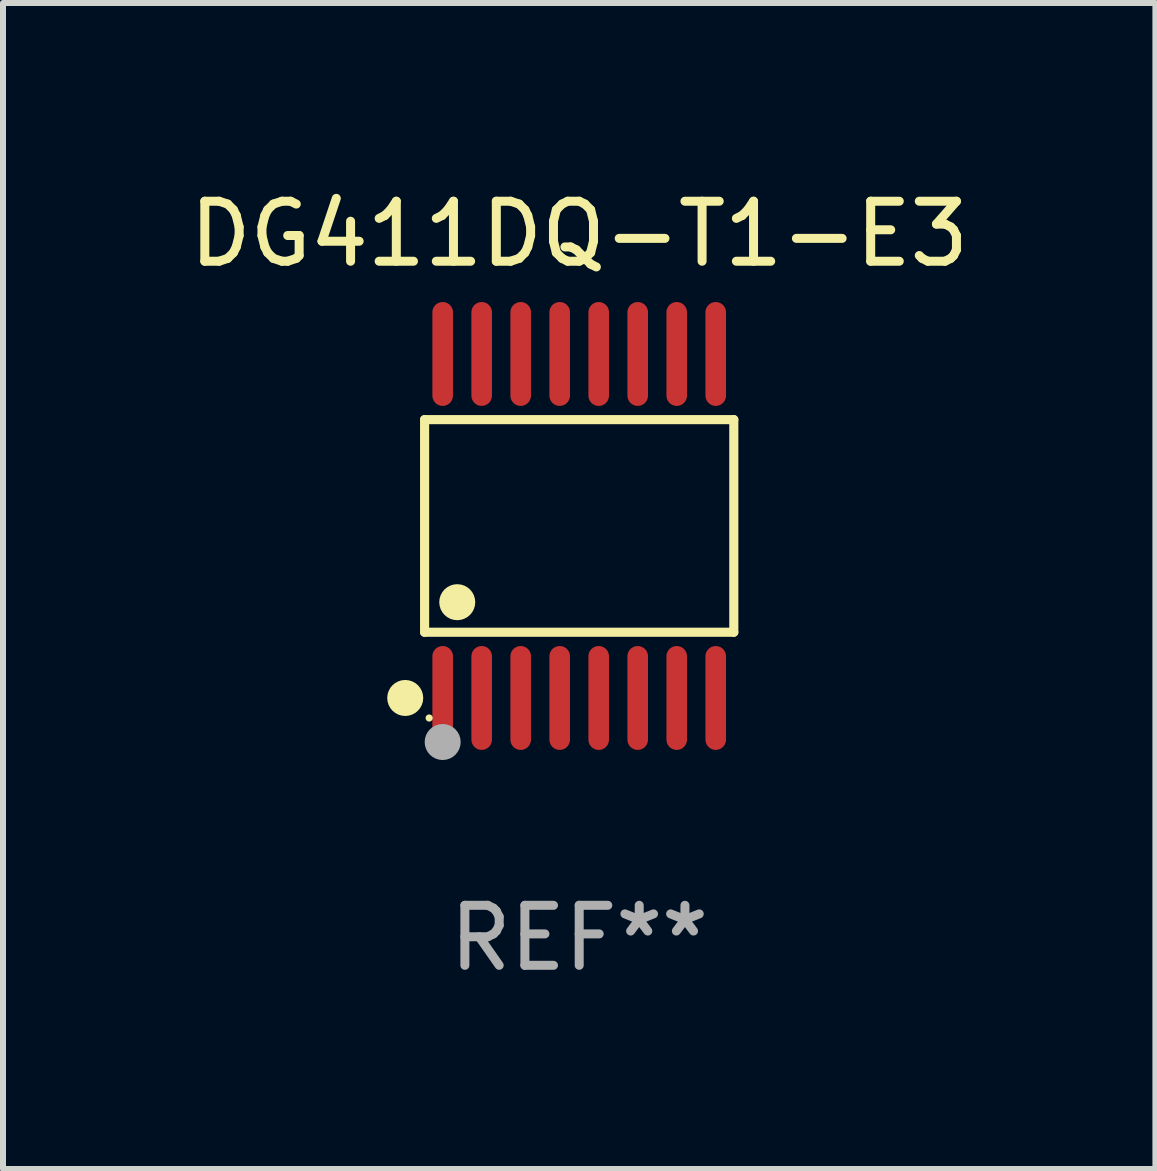
<source format=kicad_pcb>
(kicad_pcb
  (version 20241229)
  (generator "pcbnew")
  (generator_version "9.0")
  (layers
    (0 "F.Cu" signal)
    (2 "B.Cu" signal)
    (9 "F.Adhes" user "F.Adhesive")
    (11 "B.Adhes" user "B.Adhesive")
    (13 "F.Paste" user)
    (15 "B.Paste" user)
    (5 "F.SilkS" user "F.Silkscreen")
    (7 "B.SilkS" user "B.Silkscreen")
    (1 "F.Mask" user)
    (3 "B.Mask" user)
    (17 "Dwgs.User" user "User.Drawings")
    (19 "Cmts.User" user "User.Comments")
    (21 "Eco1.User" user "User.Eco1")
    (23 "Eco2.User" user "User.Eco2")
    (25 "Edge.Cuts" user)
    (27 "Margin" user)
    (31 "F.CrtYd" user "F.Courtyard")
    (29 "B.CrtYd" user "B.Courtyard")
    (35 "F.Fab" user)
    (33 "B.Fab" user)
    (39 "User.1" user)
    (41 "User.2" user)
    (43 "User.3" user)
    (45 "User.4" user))
  (footprint "DG411DQ-T1-E3"
    (layer "F.Cu")
    (at 6.601 5.714)
    (property "Reference" "DG411DQ-T1-E3" (at 0 -4.866 0) (layer "F.SilkS") (effects (font (size 1 1) (thickness 0.15))))
    (attr through_hole)
    (fp_line (start -2.576 -1.772) (end 2.576 -1.772) (stroke (width 0.152) (type solid)) (layer "F.SilkS"))
    (fp_line (start -2.576 1.771) (end -2.576 -1.772) (stroke (width 0.152) (type solid)) (layer "F.SilkS"))
    (fp_line (start 2.576 -1.772) (end 2.576 1.771) (stroke (width 0.152) (type solid)) (layer "F.SilkS"))
    (fp_line (start 2.576 1.771) (end -2.576 1.771) (stroke (width 0.152) (type solid)) (layer "F.SilkS"))
    (fp_circle (center -2.899 2.866) (end -2.749 2.866) (stroke (width 0.3) (type solid)) (fill no) (layer "F.SilkS"))
    (fp_circle (center -2.5 3.2) (end -2.47 3.2) (stroke (width 0.06) (type solid)) (fill no) (layer "F.SilkS"))
    (fp_circle (center -2.032 1.27) (end -1.882 1.27) (stroke (width 0.3) (type solid)) (fill no) (layer "F.SilkS"))
    (fp_circle (center -2.275 3.6) (end -2.125 3.6) (stroke (width 0.3) (type solid)) (fill no) (layer "F.Fab"))
    (fp_text user "REF**" (at 0 6.866 0) (layer "F.Fab") (effects (font (size 1 1) (thickness 0.15))))
    (pad "1" smd oval (at -2.275 2.866) (size 0.343 1.731) (layers "F.Cu" "F.Mask" "F.Paste"))
    (pad "2" smd oval (at -1.625 2.866) (size 0.343 1.731) (layers "F.Cu" "F.Mask" "F.Paste"))
    (pad "3" smd oval (at -0.975 2.866) (size 0.343 1.731) (layers "F.Cu" "F.Mask" "F.Paste"))
    (pad "4" smd oval (at -0.325 2.866) (size 0.343 1.731) (layers "F.Cu" "F.Mask" "F.Paste"))
    (pad "5" smd oval (at 0.325 2.866) (size 0.343 1.731) (layers "F.Cu" "F.Mask" "F.Paste"))
    (pad "6" smd oval (at 0.975 2.866) (size 0.343 1.731) (layers "F.Cu" "F.Mask" "F.Paste"))
    (pad "7" smd oval (at 1.625 2.866) (size 0.343 1.731) (layers "F.Cu" "F.Mask" "F.Paste"))
    (pad "8" smd oval (at 2.275 2.866) (size 0.343 1.731) (layers "F.Cu" "F.Mask" "F.Paste"))
    (pad "9" smd oval (at 2.275 -2.866) (size 0.343 1.731) (layers "F.Cu" "F.Mask" "F.Paste"))
    (pad "10" smd oval (at 1.625 -2.866) (size 0.343 1.731) (layers "F.Cu" "F.Mask" "F.Paste"))
    (pad "11" smd oval (at 0.975 -2.866) (size 0.343 1.731) (layers "F.Cu" "F.Mask" "F.Paste"))
    (pad "12" smd oval (at 0.325 -2.866) (size 0.343 1.731) (layers "F.Cu" "F.Mask" "F.Paste"))
    (pad "13" smd oval (at -0.325 -2.866) (size 0.343 1.731) (layers "F.Cu" "F.Mask" "F.Paste"))
    (pad "14" smd oval (at -0.975 -2.866) (size 0.343 1.731) (layers "F.Cu" "F.Mask" "F.Paste"))
    (pad "15" smd oval (at -1.625 -2.866) (size 0.343 1.731) (layers "F.Cu" "F.Mask" "F.Paste"))
    (pad "16" smd oval (at -2.275 -2.866) (size 0.343 1.731) (layers "F.Cu" "F.Mask" "F.Paste")))
  (gr_rect
    (start -3 -3)
    (end 16.202 16.428)
    (stroke (width 0.1) (type default))
    (fill no)
    (layer "Edge.Cuts")))
</source>
